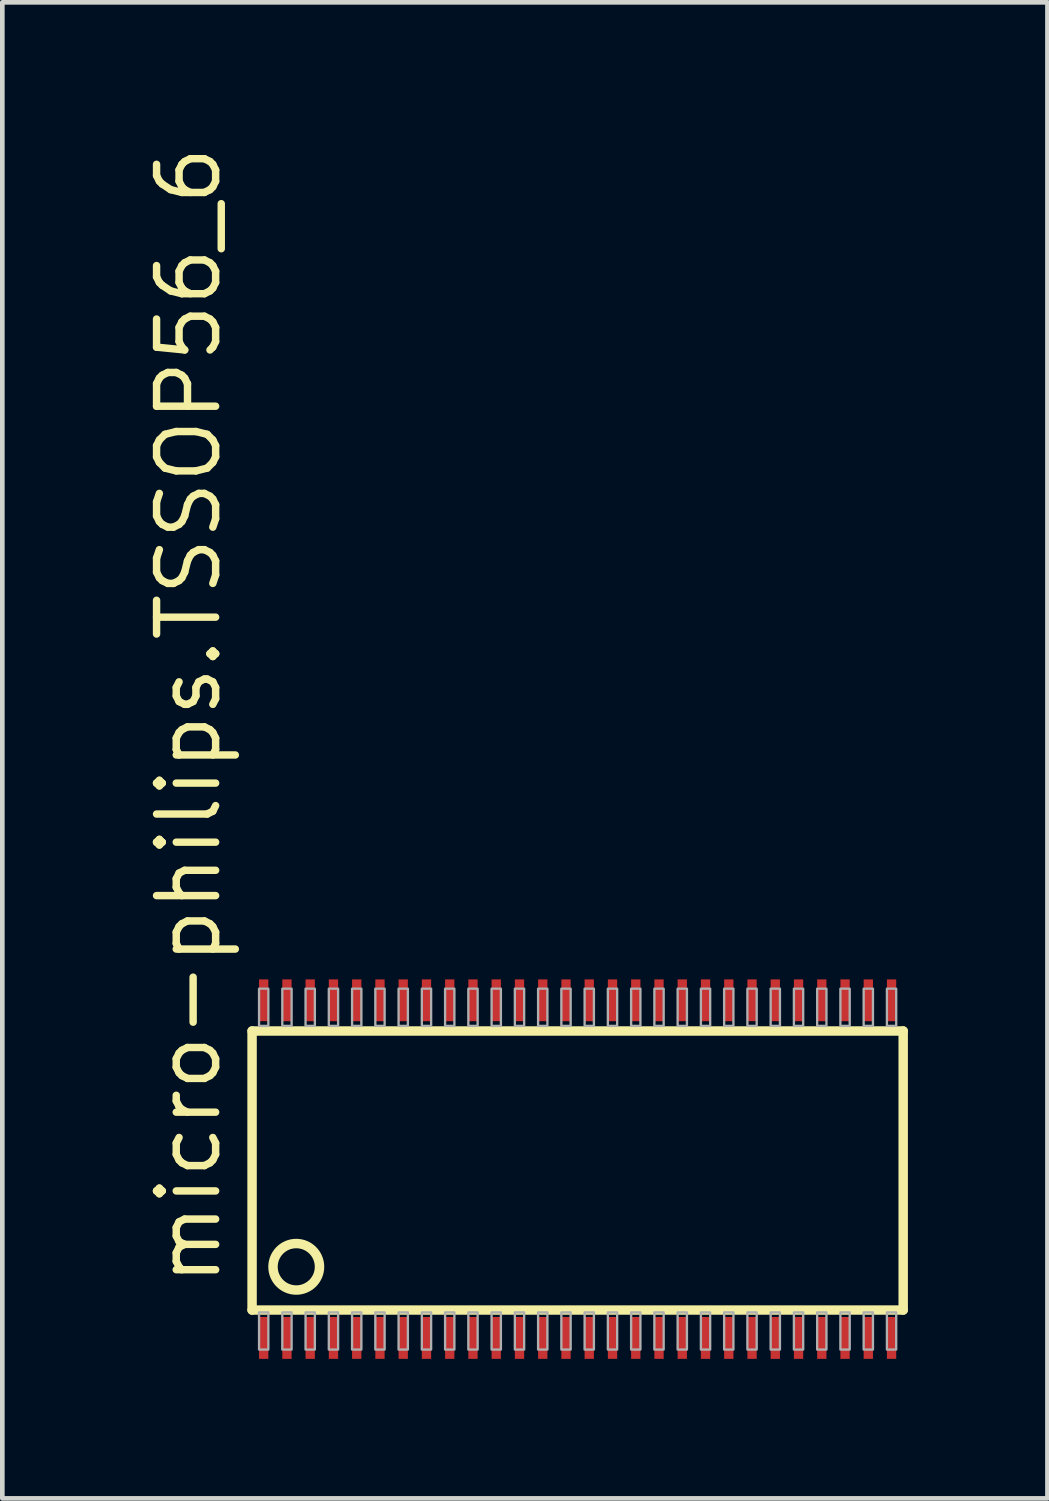
<source format=kicad_pcb>
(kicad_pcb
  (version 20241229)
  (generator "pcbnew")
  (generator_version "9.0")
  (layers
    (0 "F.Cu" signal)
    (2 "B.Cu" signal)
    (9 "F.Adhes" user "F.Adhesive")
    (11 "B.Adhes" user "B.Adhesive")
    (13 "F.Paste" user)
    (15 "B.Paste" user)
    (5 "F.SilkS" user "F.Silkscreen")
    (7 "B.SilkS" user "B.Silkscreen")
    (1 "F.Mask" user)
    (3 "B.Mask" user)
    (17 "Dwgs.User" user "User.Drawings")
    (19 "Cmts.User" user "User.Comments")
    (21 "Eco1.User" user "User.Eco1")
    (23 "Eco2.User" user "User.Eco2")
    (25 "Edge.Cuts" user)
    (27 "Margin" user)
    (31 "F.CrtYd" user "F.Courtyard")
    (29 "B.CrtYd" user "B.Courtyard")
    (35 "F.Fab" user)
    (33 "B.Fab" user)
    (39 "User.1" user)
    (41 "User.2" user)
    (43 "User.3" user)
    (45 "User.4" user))
  (footprint "micro-philips.TSSOP56_6"
    (layer "F.Cu")
    (at 9.37 22.118)
    (property "Reference" "micro-philips.TSSOP56_6" (at -7.62 2.54 90) (layer "F.SilkS") (effects (font (size 1.27 1.27) (thickness 0.16)) (justify left bottom)))
    (attr smd)
    (fp_line (start -7 -3) (end -7 3) (stroke (width 0.203) (type default)) (layer "F.SilkS"))
    (fp_line (start -7 3) (end 7 3) (stroke (width 0.203) (type default)) (layer "F.SilkS"))
    (fp_line (start 7 -3) (end -7 -3) (stroke (width 0.203) (type default)) (layer "F.SilkS"))
    (fp_line (start 7 3) (end 7 -3) (stroke (width 0.203) (type default)) (layer "F.SilkS"))
    (fp_circle (center -6.05 2.07) (end -5.55 2.07) (stroke (width 0.203) (type default)) (fill no) (layer "F.SilkS"))
    (fp_rect (start -6.85 -3.11) (end -6.65 -3.91) (stroke (width 0.05) (type default)) (fill no) (layer "F.Fab"))
    (fp_rect (start -6.85 3.85) (end -6.65 3.05) (stroke (width 0.05) (type default)) (fill no) (layer "F.Fab"))
    (fp_rect (start -6.35 -3.11) (end -6.15 -3.91) (stroke (width 0.05) (type default)) (fill no) (layer "F.Fab"))
    (fp_rect (start -6.35 3.85) (end -6.15 3.05) (stroke (width 0.05) (type default)) (fill no) (layer "F.Fab"))
    (fp_rect (start -5.85 -3.11) (end -5.65 -3.91) (stroke (width 0.05) (type default)) (fill no) (layer "F.Fab"))
    (fp_rect (start -5.85 3.85) (end -5.65 3.05) (stroke (width 0.05) (type default)) (fill no) (layer "F.Fab"))
    (fp_rect (start -5.35 -3.11) (end -5.15 -3.91) (stroke (width 0.05) (type default)) (fill no) (layer "F.Fab"))
    (fp_rect (start -5.35 3.85) (end -5.15 3.05) (stroke (width 0.05) (type default)) (fill no) (layer "F.Fab"))
    (fp_rect (start -4.85 -3.11) (end -4.65 -3.91) (stroke (width 0.05) (type default)) (fill no) (layer "F.Fab"))
    (fp_rect (start -4.85 3.85) (end -4.65 3.05) (stroke (width 0.05) (type default)) (fill no) (layer "F.Fab"))
    (fp_rect (start -4.35 -3.11) (end -4.15 -3.91) (stroke (width 0.05) (type default)) (fill no) (layer "F.Fab"))
    (fp_rect (start -4.35 3.85) (end -4.15 3.05) (stroke (width 0.05) (type default)) (fill no) (layer "F.Fab"))
    (fp_rect (start -3.85 -3.11) (end -3.65 -3.91) (stroke (width 0.05) (type default)) (fill no) (layer "F.Fab"))
    (fp_rect (start -3.85 3.85) (end -3.65 3.05) (stroke (width 0.05) (type default)) (fill no) (layer "F.Fab"))
    (fp_rect (start -3.35 -3.11) (end -3.15 -3.91) (stroke (width 0.05) (type default)) (fill no) (layer "F.Fab"))
    (fp_rect (start -3.35 3.85) (end -3.15 3.05) (stroke (width 0.05) (type default)) (fill no) (layer "F.Fab"))
    (fp_rect (start -2.85 -3.11) (end -2.65 -3.91) (stroke (width 0.05) (type default)) (fill no) (layer "F.Fab"))
    (fp_rect (start -2.85 3.85) (end -2.65 3.05) (stroke (width 0.05) (type default)) (fill no) (layer "F.Fab"))
    (fp_rect (start -2.35 -3.11) (end -2.15 -3.91) (stroke (width 0.05) (type default)) (fill no) (layer "F.Fab"))
    (fp_rect (start -2.35 3.85) (end -2.15 3.05) (stroke (width 0.05) (type default)) (fill no) (layer "F.Fab"))
    (fp_rect (start -1.85 -3.11) (end -1.65 -3.91) (stroke (width 0.05) (type default)) (fill no) (layer "F.Fab"))
    (fp_rect (start -1.85 3.85) (end -1.65 3.05) (stroke (width 0.05) (type default)) (fill no) (layer "F.Fab"))
    (fp_rect (start -1.35 -3.11) (end -1.15 -3.91) (stroke (width 0.05) (type default)) (fill no) (layer "F.Fab"))
    (fp_rect (start -1.35 3.85) (end -1.15 3.05) (stroke (width 0.05) (type default)) (fill no) (layer "F.Fab"))
    (fp_rect (start -0.85 -3.11) (end -0.65 -3.91) (stroke (width 0.05) (type default)) (fill no) (layer "F.Fab"))
    (fp_rect (start -0.85 3.85) (end -0.65 3.05) (stroke (width 0.05) (type default)) (fill no) (layer "F.Fab"))
    (fp_rect (start -0.35 -3.11) (end -0.15 -3.91) (stroke (width 0.05) (type default)) (fill no) (layer "F.Fab"))
    (fp_rect (start -0.35 3.85) (end -0.15 3.05) (stroke (width 0.05) (type default)) (fill no) (layer "F.Fab"))
    (fp_rect (start 0.15 -3.11) (end 0.35 -3.91) (stroke (width 0.05) (type default)) (fill no) (layer "F.Fab"))
    (fp_rect (start 0.15 3.85) (end 0.35 3.05) (stroke (width 0.05) (type default)) (fill no) (layer "F.Fab"))
    (fp_rect (start 0.65 -3.11) (end 0.85 -3.91) (stroke (width 0.05) (type default)) (fill no) (layer "F.Fab"))
    (fp_rect (start 0.65 3.85) (end 0.85 3.05) (stroke (width 0.05) (type default)) (fill no) (layer "F.Fab"))
    (fp_rect (start 1.15 -3.11) (end 1.35 -3.91) (stroke (width 0.05) (type default)) (fill no) (layer "F.Fab"))
    (fp_rect (start 1.15 3.85) (end 1.35 3.05) (stroke (width 0.05) (type default)) (fill no) (layer "F.Fab"))
    (fp_rect (start 1.65 -3.11) (end 1.85 -3.91) (stroke (width 0.05) (type default)) (fill no) (layer "F.Fab"))
    (fp_rect (start 1.65 3.85) (end 1.85 3.05) (stroke (width 0.05) (type default)) (fill no) (layer "F.Fab"))
    (fp_rect (start 2.15 -3.11) (end 2.35 -3.91) (stroke (width 0.05) (type default)) (fill no) (layer "F.Fab"))
    (fp_rect (start 2.15 3.85) (end 2.35 3.05) (stroke (width 0.05) (type default)) (fill no) (layer "F.Fab"))
    (fp_rect (start 2.65 -3.11) (end 2.85 -3.91) (stroke (width 0.05) (type default)) (fill no) (layer "F.Fab"))
    (fp_rect (start 2.65 3.85) (end 2.85 3.05) (stroke (width 0.05) (type default)) (fill no) (layer "F.Fab"))
    (fp_rect (start 3.15 -3.11) (end 3.35 -3.91) (stroke (width 0.05) (type default)) (fill no) (layer "F.Fab"))
    (fp_rect (start 3.15 3.85) (end 3.35 3.05) (stroke (width 0.05) (type default)) (fill no) (layer "F.Fab"))
    (fp_rect (start 3.65 -3.11) (end 3.85 -3.91) (stroke (width 0.05) (type default)) (fill no) (layer "F.Fab"))
    (fp_rect (start 3.65 3.85) (end 3.85 3.05) (stroke (width 0.05) (type default)) (fill no) (layer "F.Fab"))
    (fp_rect (start 4.15 -3.11) (end 4.35 -3.91) (stroke (width 0.05) (type default)) (fill no) (layer "F.Fab"))
    (fp_rect (start 4.15 3.85) (end 4.35 3.05) (stroke (width 0.05) (type default)) (fill no) (layer "F.Fab"))
    (fp_rect (start 4.65 -3.11) (end 4.85 -3.91) (stroke (width 0.05) (type default)) (fill no) (layer "F.Fab"))
    (fp_rect (start 4.65 3.85) (end 4.85 3.05) (stroke (width 0.05) (type default)) (fill no) (layer "F.Fab"))
    (fp_rect (start 5.15 -3.11) (end 5.35 -3.91) (stroke (width 0.05) (type default)) (fill no) (layer "F.Fab"))
    (fp_rect (start 5.15 3.85) (end 5.35 3.05) (stroke (width 0.05) (type default)) (fill no) (layer "F.Fab"))
    (fp_rect (start 5.65 -3.11) (end 5.85 -3.91) (stroke (width 0.05) (type default)) (fill no) (layer "F.Fab"))
    (fp_rect (start 5.65 3.85) (end 5.85 3.05) (stroke (width 0.05) (type default)) (fill no) (layer "F.Fab"))
    (fp_rect (start 6.15 -3.11) (end 6.35 -3.91) (stroke (width 0.05) (type default)) (fill no) (layer "F.Fab"))
    (fp_rect (start 6.15 3.85) (end 6.35 3.05) (stroke (width 0.05) (type default)) (fill no) (layer "F.Fab"))
    (fp_rect (start 6.65 -3.11) (end 6.85 -3.91) (stroke (width 0.05) (type default)) (fill no) (layer "F.Fab"))
    (fp_rect (start 6.65 3.85) (end 6.85 3.05) (stroke (width 0.05) (type default)) (fill no) (layer "F.Fab"))
    (pad "1" smd roundrect (at -6.75 3.6 90) (size 0.9 0.2) (layers "F.Cu" "F.Mask" "F.Paste") (roundrect_rratio 0.01))
    (pad "2" smd roundrect (at -6.25 3.6 90) (size 0.9 0.2) (layers "F.Cu" "F.Mask" "F.Paste") (roundrect_rratio 0.01))
    (pad "3" smd roundrect (at -5.75 3.6 90) (size 0.9 0.2) (layers "F.Cu" "F.Mask" "F.Paste") (roundrect_rratio 0.01))
    (pad "4" smd roundrect (at -5.25 3.6 90) (size 0.9 0.2) (layers "F.Cu" "F.Mask" "F.Paste") (roundrect_rratio 0.01))
    (pad "5" smd roundrect (at -4.75 3.6 90) (size 0.9 0.2) (layers "F.Cu" "F.Mask" "F.Paste") (roundrect_rratio 0.01))
    (pad "6" smd roundrect (at -4.25 3.6 90) (size 0.9 0.2) (layers "F.Cu" "F.Mask" "F.Paste") (roundrect_rratio 0.01))
    (pad "7" smd roundrect (at -3.75 3.6 90) (size 0.9 0.2) (layers "F.Cu" "F.Mask" "F.Paste") (roundrect_rratio 0.01))
    (pad "8" smd roundrect (at -3.25 3.6 90) (size 0.9 0.2) (layers "F.Cu" "F.Mask" "F.Paste") (roundrect_rratio 0.01))
    (pad "9" smd roundrect (at -2.75 3.6 90) (size 0.9 0.2) (layers "F.Cu" "F.Mask" "F.Paste") (roundrect_rratio 0.01))
    (pad "10" smd roundrect (at -2.25 3.6 90) (size 0.9 0.2) (layers "F.Cu" "F.Mask" "F.Paste") (roundrect_rratio 0.01))
    (pad "11" smd roundrect (at -1.75 3.6 90) (size 0.9 0.2) (layers "F.Cu" "F.Mask" "F.Paste") (roundrect_rratio 0.01))
    (pad "12" smd roundrect (at -1.25 3.6 90) (size 0.9 0.2) (layers "F.Cu" "F.Mask" "F.Paste") (roundrect_rratio 0.01))
    (pad "13" smd roundrect (at -0.75 3.6 90) (size 0.9 0.2) (layers "F.Cu" "F.Mask" "F.Paste") (roundrect_rratio 0.01))
    (pad "14" smd roundrect (at -0.25 3.6 90) (size 0.9 0.2) (layers "F.Cu" "F.Mask" "F.Paste") (roundrect_rratio 0.01))
    (pad "15" smd roundrect (at 0.25 3.6 90) (size 0.9 0.2) (layers "F.Cu" "F.Mask" "F.Paste") (roundrect_rratio 0.01))
    (pad "16" smd roundrect (at 0.75 3.6 90) (size 0.9 0.2) (layers "F.Cu" "F.Mask" "F.Paste") (roundrect_rratio 0.01))
    (pad "17" smd roundrect (at 1.25 3.6 90) (size 0.9 0.2) (layers "F.Cu" "F.Mask" "F.Paste") (roundrect_rratio 0.01))
    (pad "18" smd roundrect (at 1.75 3.6 90) (size 0.9 0.2) (layers "F.Cu" "F.Mask" "F.Paste") (roundrect_rratio 0.01))
    (pad "19" smd roundrect (at 2.25 3.6 90) (size 0.9 0.2) (layers "F.Cu" "F.Mask" "F.Paste") (roundrect_rratio 0.01))
    (pad "20" smd roundrect (at 2.75 3.6 90) (size 0.9 0.2) (layers "F.Cu" "F.Mask" "F.Paste") (roundrect_rratio 0.01))
    (pad "21" smd roundrect (at 3.25 3.6 90) (size 0.9 0.2) (layers "F.Cu" "F.Mask" "F.Paste") (roundrect_rratio 0.01))
    (pad "22" smd roundrect (at 3.75 3.6 90) (size 0.9 0.2) (layers "F.Cu" "F.Mask" "F.Paste") (roundrect_rratio 0.01))
    (pad "23" smd roundrect (at 4.25 3.6 90) (size 0.9 0.2) (layers "F.Cu" "F.Mask" "F.Paste") (roundrect_rratio 0.01))
    (pad "24" smd roundrect (at 4.75 3.6 90) (size 0.9 0.2) (layers "F.Cu" "F.Mask" "F.Paste") (roundrect_rratio 0.01))
    (pad "25" smd roundrect (at 5.25 3.6 90) (size 0.9 0.2) (layers "F.Cu" "F.Mask" "F.Paste") (roundrect_rratio 0.01))
    (pad "26" smd roundrect (at 5.75 3.6 90) (size 0.9 0.2) (layers "F.Cu" "F.Mask" "F.Paste") (roundrect_rratio 0.01))
    (pad "27" smd roundrect (at 6.25 3.6 90) (size 0.9 0.2) (layers "F.Cu" "F.Mask" "F.Paste") (roundrect_rratio 0.01))
    (pad "28" smd roundrect (at 6.75 3.6 90) (size 0.9 0.2) (layers "F.Cu" "F.Mask" "F.Paste") (roundrect_rratio 0.01))
    (pad "29" smd roundrect (at 6.75 -3.66 90) (size 0.9 0.2) (layers "F.Cu" "F.Mask" "F.Paste") (roundrect_rratio 0.01))
    (pad "30" smd roundrect (at 6.25 -3.66 90) (size 0.9 0.2) (layers "F.Cu" "F.Mask" "F.Paste") (roundrect_rratio 0.01))
    (pad "31" smd roundrect (at 5.75 -3.66 90) (size 0.9 0.2) (layers "F.Cu" "F.Mask" "F.Paste") (roundrect_rratio 0.01))
    (pad "32" smd roundrect (at 5.25 -3.66 90) (size 0.9 0.2) (layers "F.Cu" "F.Mask" "F.Paste") (roundrect_rratio 0.01))
    (pad "33" smd roundrect (at 4.75 -3.66 90) (size 0.9 0.2) (layers "F.Cu" "F.Mask" "F.Paste") (roundrect_rratio 0.01))
    (pad "34" smd roundrect (at 4.25 -3.66 90) (size 0.9 0.2) (layers "F.Cu" "F.Mask" "F.Paste") (roundrect_rratio 0.01))
    (pad "35" smd roundrect (at 3.75 -3.66 90) (size 0.9 0.2) (layers "F.Cu" "F.Mask" "F.Paste") (roundrect_rratio 0.01))
    (pad "36" smd roundrect (at 3.25 -3.66 90) (size 0.9 0.2) (layers "F.Cu" "F.Mask" "F.Paste") (roundrect_rratio 0.01))
    (pad "37" smd roundrect (at 2.75 -3.66 90) (size 0.9 0.2) (layers "F.Cu" "F.Mask" "F.Paste") (roundrect_rratio 0.01))
    (pad "38" smd roundrect (at 2.25 -3.66 90) (size 0.9 0.2) (layers "F.Cu" "F.Mask" "F.Paste") (roundrect_rratio 0.01))
    (pad "39" smd roundrect (at 1.75 -3.66 90) (size 0.9 0.2) (layers "F.Cu" "F.Mask" "F.Paste") (roundrect_rratio 0.01))
    (pad "40" smd roundrect (at 1.25 -3.66 90) (size 0.9 0.2) (layers "F.Cu" "F.Mask" "F.Paste") (roundrect_rratio 0.01))
    (pad "41" smd roundrect (at 0.75 -3.66 90) (size 0.9 0.2) (layers "F.Cu" "F.Mask" "F.Paste") (roundrect_rratio 0.01))
    (pad "42" smd roundrect (at 0.25 -3.66 90) (size 0.9 0.2) (layers "F.Cu" "F.Mask" "F.Paste") (roundrect_rratio 0.01))
    (pad "43" smd roundrect (at -0.25 -3.66 90) (size 0.9 0.2) (layers "F.Cu" "F.Mask" "F.Paste") (roundrect_rratio 0.01))
    (pad "44" smd roundrect (at -0.75 -3.66 90) (size 0.9 0.2) (layers "F.Cu" "F.Mask" "F.Paste") (roundrect_rratio 0.01))
    (pad "45" smd roundrect (at -1.25 -3.66 90) (size 0.9 0.2) (layers "F.Cu" "F.Mask" "F.Paste") (roundrect_rratio 0.01))
    (pad "46" smd roundrect (at -1.75 -3.66 90) (size 0.9 0.2) (layers "F.Cu" "F.Mask" "F.Paste") (roundrect_rratio 0.01))
    (pad "47" smd roundrect (at -2.25 -3.66 90) (size 0.9 0.2) (layers "F.Cu" "F.Mask" "F.Paste") (roundrect_rratio 0.01))
    (pad "48" smd roundrect (at -2.75 -3.66 90) (size 0.9 0.2) (layers "F.Cu" "F.Mask" "F.Paste") (roundrect_rratio 0.01))
    (pad "49" smd roundrect (at -3.25 -3.66 90) (size 0.9 0.2) (layers "F.Cu" "F.Mask" "F.Paste") (roundrect_rratio 0.01))
    (pad "50" smd roundrect (at -3.75 -3.66 90) (size 0.9 0.2) (layers "F.Cu" "F.Mask" "F.Paste") (roundrect_rratio 0.01))
    (pad "51" smd roundrect (at -4.25 -3.66 90) (size 0.9 0.2) (layers "F.Cu" "F.Mask" "F.Paste") (roundrect_rratio 0.01))
    (pad "52" smd roundrect (at -4.75 -3.66 90) (size 0.9 0.2) (layers "F.Cu" "F.Mask" "F.Paste") (roundrect_rratio 0.01))
    (pad "53" smd roundrect (at -5.25 -3.66 90) (size 0.9 0.2) (layers "F.Cu" "F.Mask" "F.Paste") (roundrect_rratio 0.01))
    (pad "54" smd roundrect (at -5.75 -3.66 90) (size 0.9 0.2) (layers "F.Cu" "F.Mask" "F.Paste") (roundrect_rratio 0.01))
    (pad "55" smd roundrect (at -6.25 -3.66 90) (size 0.9 0.2) (layers "F.Cu" "F.Mask" "F.Paste") (roundrect_rratio 0.01))
    (pad "56" smd roundrect (at -6.75 -3.66 90) (size 0.9 0.2) (layers "F.Cu" "F.Mask" "F.Paste") (roundrect_rratio 0.01)))
  (gr_rect
    (start -3 -3)
    (end 19.472 29.168)
    (stroke (width 0.1) (type default))
    (fill no)
    (layer "Edge.Cuts")))
</source>
